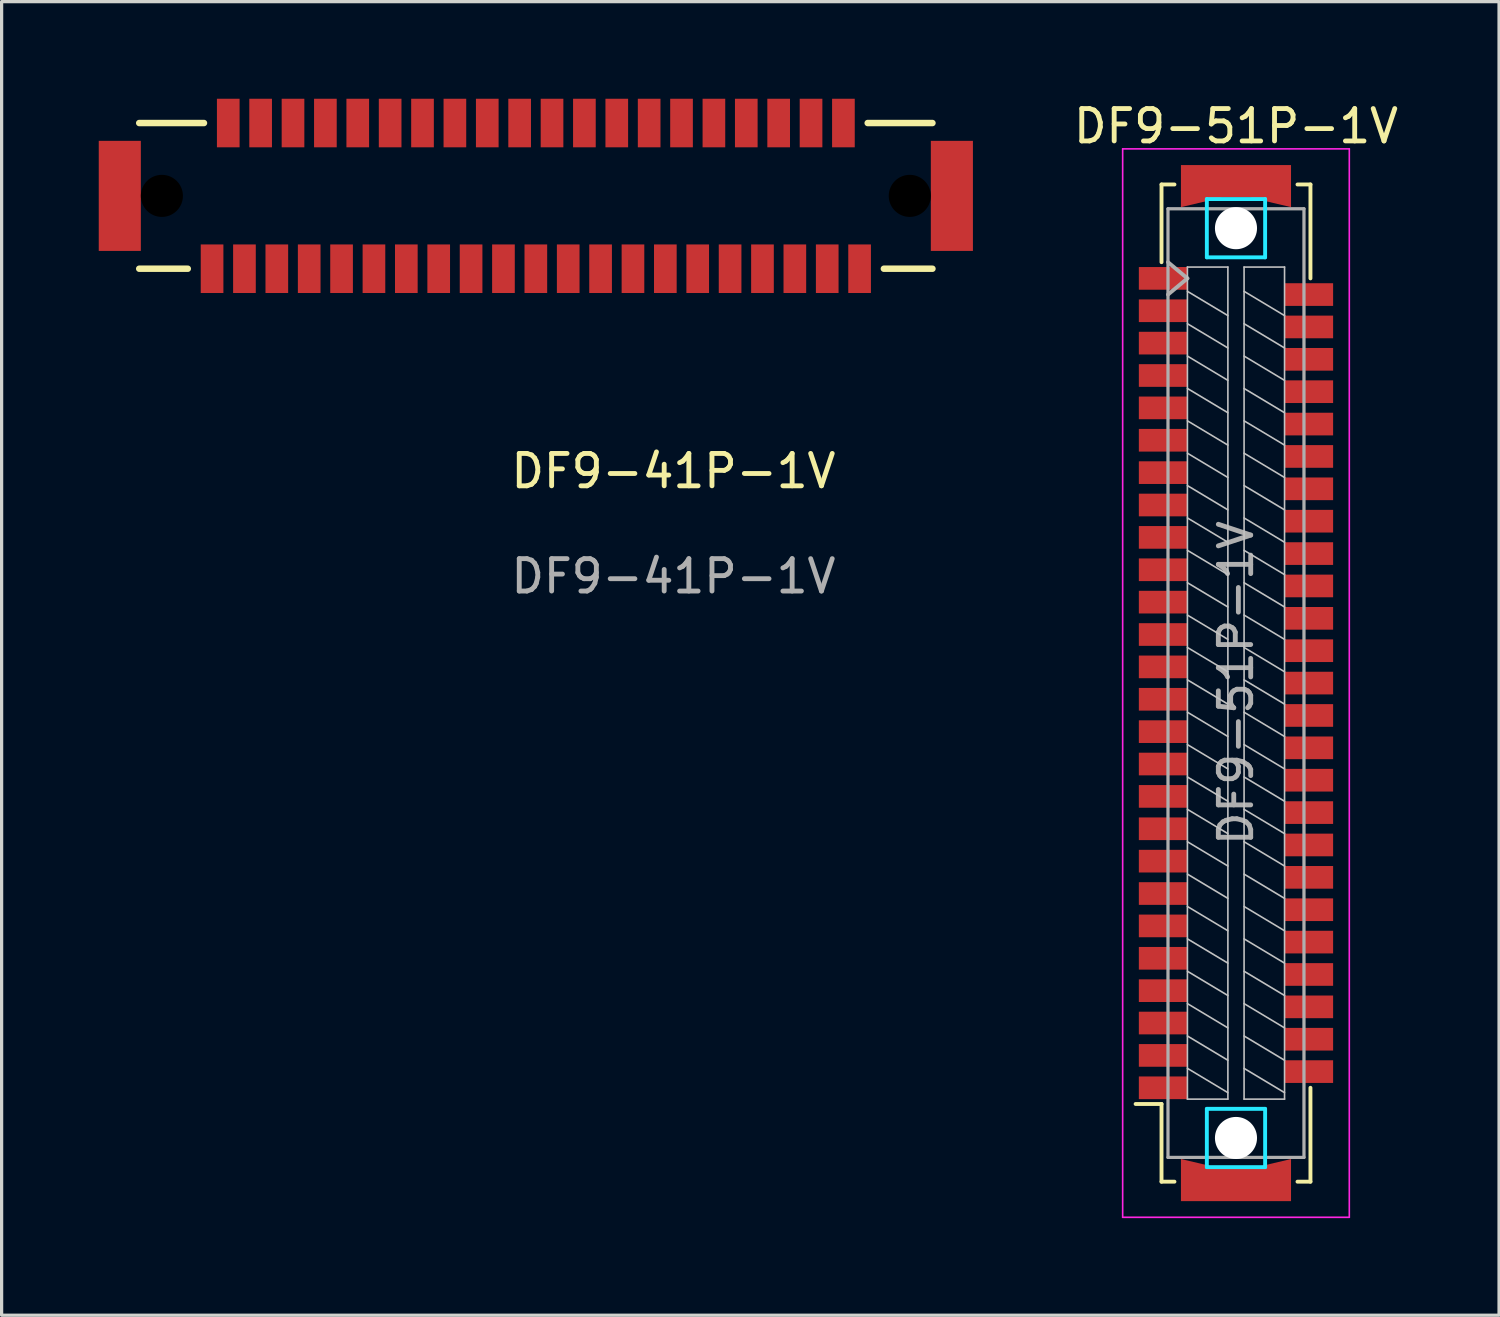
<source format=kicad_pcb>
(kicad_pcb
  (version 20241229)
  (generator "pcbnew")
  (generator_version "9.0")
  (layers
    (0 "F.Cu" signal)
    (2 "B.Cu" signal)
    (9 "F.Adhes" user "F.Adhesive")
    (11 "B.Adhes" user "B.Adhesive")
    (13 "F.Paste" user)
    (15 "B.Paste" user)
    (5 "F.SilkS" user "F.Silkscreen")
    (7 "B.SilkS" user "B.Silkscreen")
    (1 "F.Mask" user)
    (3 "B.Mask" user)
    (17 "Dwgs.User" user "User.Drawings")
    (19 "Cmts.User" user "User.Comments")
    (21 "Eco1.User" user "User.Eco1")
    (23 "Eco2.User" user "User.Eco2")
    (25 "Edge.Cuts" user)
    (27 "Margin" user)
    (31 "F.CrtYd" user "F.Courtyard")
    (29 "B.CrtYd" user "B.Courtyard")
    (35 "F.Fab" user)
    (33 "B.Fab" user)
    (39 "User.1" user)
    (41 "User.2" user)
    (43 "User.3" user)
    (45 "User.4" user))
  (footprint "DF9-51P-1V"
    (layer "F.Cu")
    (at 35.125 18.048)
    (property "Reference" "DF9-51P-1V" (at 0 -17.2 0) (layer "F.SilkS") (effects (font (size 1 1) (thickness 0.15))))
    (attr smd)
    (fp_line (start -3.1 13) (end -2.3 13) (stroke (width 0.12) (type solid)) (layer "F.SilkS"))
    (fp_line (start -2.3 -15.4) (end -1.9 -15.4) (stroke (width 0.12) (type solid)) (layer "F.SilkS"))
    (fp_line (start -2.3 -13) (end -2.3 -15.4) (stroke (width 0.12) (type solid)) (layer "F.SilkS"))
    (fp_line (start -2.3 13) (end -2.3 15.4) (stroke (width 0.12) (type solid)) (layer "F.SilkS"))
    (fp_line (start -2.3 15.4) (end -1.9 15.4) (stroke (width 0.12) (type solid)) (layer "F.SilkS"))
    (fp_line (start 2.3 -15.4) (end 1.9 -15.4) (stroke (width 0.12) (type solid)) (layer "F.SilkS"))
    (fp_line (start 2.3 -12.5) (end 2.3 -15.4) (stroke (width 0.12) (type solid)) (layer "F.SilkS"))
    (fp_line (start 2.3 12.5) (end 2.3 15.4) (stroke (width 0.12) (type solid)) (layer "F.SilkS"))
    (fp_line (start 2.3 15.4) (end 1.9 15.4) (stroke (width 0.12) (type solid)) (layer "F.SilkS"))
    (fp_line (start -1.5 -12.85) (end -0.25 -12.85) (stroke (width 0.05) (type solid)) (layer "Dwgs.User"))
    (fp_line (start -1.5 12.85) (end -1.5 -12.85) (stroke (width 0.05) (type solid)) (layer "Dwgs.User"))
    (fp_line (start -0.25 -12.85) (end -0.25 12.85) (stroke (width 0.05) (type solid)) (layer "Dwgs.User"))
    (fp_line (start -0.25 -11.35) (end -1.5 -12.1) (stroke (width 0.05) (type solid)) (layer "Dwgs.User"))
    (fp_line (start -0.25 -10.35) (end -1.5 -11.1) (stroke (width 0.05) (type solid)) (layer "Dwgs.User"))
    (fp_line (start -0.25 -9.35) (end -1.5 -10.1) (stroke (width 0.05) (type solid)) (layer "Dwgs.User"))
    (fp_line (start -0.25 -8.35) (end -1.5 -9.1) (stroke (width 0.05) (type solid)) (layer "Dwgs.User"))
    (fp_line (start -0.25 -7.35) (end -1.5 -8.1) (stroke (width 0.05) (type solid)) (layer "Dwgs.User"))
    (fp_line (start -0.25 -6.35) (end -1.5 -7.1) (stroke (width 0.05) (type solid)) (layer "Dwgs.User"))
    (fp_line (start -0.25 -5.35) (end -1.5 -6.1) (stroke (width 0.05) (type solid)) (layer "Dwgs.User"))
    (fp_line (start -0.25 -4.35) (end -1.5 -5.1) (stroke (width 0.05) (type solid)) (layer "Dwgs.User"))
    (fp_line (start -0.25 -3.35) (end -1.5 -4.1) (stroke (width 0.05) (type solid)) (layer "Dwgs.User"))
    (fp_line (start -0.25 -2.35) (end -1.5 -3.1) (stroke (width 0.05) (type solid)) (layer "Dwgs.User"))
    (fp_line (start -0.25 -1.35) (end -1.5 -2.1) (stroke (width 0.05) (type solid)) (layer "Dwgs.User"))
    (fp_line (start -0.25 -0.35) (end -1.5 -1.1) (stroke (width 0.05) (type solid)) (layer "Dwgs.User"))
    (fp_line (start -0.25 0.65) (end -1.5 -0.1) (stroke (width 0.05) (type solid)) (layer "Dwgs.User"))
    (fp_line (start -0.25 1.65) (end -1.5 0.9) (stroke (width 0.05) (type solid)) (layer "Dwgs.User"))
    (fp_line (start -0.25 2.65) (end -1.5 1.9) (stroke (width 0.05) (type solid)) (layer "Dwgs.User"))
    (fp_line (start -0.25 3.65) (end -1.5 2.9) (stroke (width 0.05) (type solid)) (layer "Dwgs.User"))
    (fp_line (start -0.25 4.65) (end -1.5 3.9) (stroke (width 0.05) (type solid)) (layer "Dwgs.User"))
    (fp_line (start -0.25 5.65) (end -1.5 4.9) (stroke (width 0.05) (type solid)) (layer "Dwgs.User"))
    (fp_line (start -0.25 6.65) (end -1.5 5.9) (stroke (width 0.05) (type solid)) (layer "Dwgs.User"))
    (fp_line (start -0.25 7.65) (end -1.5 6.9) (stroke (width 0.05) (type solid)) (layer "Dwgs.User"))
    (fp_line (start -0.25 8.65) (end -1.5 7.9) (stroke (width 0.05) (type solid)) (layer "Dwgs.User"))
    (fp_line (start -0.25 9.65) (end -1.5 8.9) (stroke (width 0.05) (type solid)) (layer "Dwgs.User"))
    (fp_line (start -0.25 10.65) (end -1.5 9.9) (stroke (width 0.05) (type solid)) (layer "Dwgs.User"))
    (fp_line (start -0.25 11.65) (end -1.5 10.9) (stroke (width 0.05) (type solid)) (layer "Dwgs.User"))
    (fp_line (start -0.25 12.65) (end -1.5 11.9) (stroke (width 0.05) (type solid)) (layer "Dwgs.User"))
    (fp_line (start -0.25 12.85) (end -1.5 12.85) (stroke (width 0.05) (type solid)) (layer "Dwgs.User"))
    (fp_line (start 0.25 -12.85) (end 1.5 -12.85) (stroke (width 0.05) (type solid)) (layer "Dwgs.User"))
    (fp_line (start 0.25 12.85) (end 0.25 -12.85) (stroke (width 0.05) (type solid)) (layer "Dwgs.User"))
    (fp_line (start 1.5 -12.85) (end 1.5 12.85) (stroke (width 0.05) (type solid)) (layer "Dwgs.User"))
    (fp_line (start 1.5 -11.35) (end 0.25 -12.1) (stroke (width 0.05) (type solid)) (layer "Dwgs.User"))
    (fp_line (start 1.5 -10.35) (end 0.25 -11.1) (stroke (width 0.05) (type solid)) (layer "Dwgs.User"))
    (fp_line (start 1.5 -9.35) (end 0.25 -10.1) (stroke (width 0.05) (type solid)) (layer "Dwgs.User"))
    (fp_line (start 1.5 -8.35) (end 0.25 -9.1) (stroke (width 0.05) (type solid)) (layer "Dwgs.User"))
    (fp_line (start 1.5 -7.35) (end 0.25 -8.1) (stroke (width 0.05) (type solid)) (layer "Dwgs.User"))
    (fp_line (start 1.5 -6.35) (end 0.25 -7.1) (stroke (width 0.05) (type solid)) (layer "Dwgs.User"))
    (fp_line (start 1.5 -5.35) (end 0.25 -6.1) (stroke (width 0.05) (type solid)) (layer "Dwgs.User"))
    (fp_line (start 1.5 -4.35) (end 0.25 -5.1) (stroke (width 0.05) (type solid)) (layer "Dwgs.User"))
    (fp_line (start 1.5 -3.35) (end 0.25 -4.1) (stroke (width 0.05) (type solid)) (layer "Dwgs.User"))
    (fp_line (start 1.5 -2.35) (end 0.25 -3.1) (stroke (width 0.05) (type solid)) (layer "Dwgs.User"))
    (fp_line (start 1.5 -1.35) (end 0.25 -2.1) (stroke (width 0.05) (type solid)) (layer "Dwgs.User"))
    (fp_line (start 1.5 -0.35) (end 0.25 -1.1) (stroke (width 0.05) (type solid)) (layer "Dwgs.User"))
    (fp_line (start 1.5 0.65) (end 0.25 -0.1) (stroke (width 0.05) (type solid)) (layer "Dwgs.User"))
    (fp_line (start 1.5 1.65) (end 0.25 0.9) (stroke (width 0.05) (type solid)) (layer "Dwgs.User"))
    (fp_line (start 1.5 2.65) (end 0.25 1.9) (stroke (width 0.05) (type solid)) (layer "Dwgs.User"))
    (fp_line (start 1.5 3.65) (end 0.25 2.9) (stroke (width 0.05) (type solid)) (layer "Dwgs.User"))
    (fp_line (start 1.5 4.65) (end 0.25 3.9) (stroke (width 0.05) (type solid)) (layer "Dwgs.User"))
    (fp_line (start 1.5 5.65) (end 0.25 4.9) (stroke (width 0.05) (type solid)) (layer "Dwgs.User"))
    (fp_line (start 1.5 6.65) (end 0.25 5.9) (stroke (width 0.05) (type solid)) (layer "Dwgs.User"))
    (fp_line (start 1.5 7.65) (end 0.25 6.9) (stroke (width 0.05) (type solid)) (layer "Dwgs.User"))
    (fp_line (start 1.5 8.65) (end 0.25 7.9) (stroke (width 0.05) (type solid)) (layer "Dwgs.User"))
    (fp_line (start 1.5 9.65) (end 0.25 8.9) (stroke (width 0.05) (type solid)) (layer "Dwgs.User"))
    (fp_line (start 1.5 10.65) (end 0.25 9.9) (stroke (width 0.05) (type solid)) (layer "Dwgs.User"))
    (fp_line (start 1.5 11.65) (end 0.25 10.9) (stroke (width 0.05) (type solid)) (layer "Dwgs.User"))
    (fp_line (start 1.5 12.65) (end 0.25 11.9) (stroke (width 0.05) (type solid)) (layer "Dwgs.User"))
    (fp_line (start 1.5 12.85) (end 0.25 12.85) (stroke (width 0.05) (type solid)) (layer "Dwgs.User"))
    (fp_line (start -0.9 -14.95) (end 0.9 -14.95) (stroke (width 0.12) (type solid)) (layer "B.CrtYd"))
    (fp_line (start -0.9 -13.15) (end -0.9 -14.95) (stroke (width 0.12) (type solid)) (layer "B.CrtYd"))
    (fp_line (start -0.9 13.15) (end 0.9 13.15) (stroke (width 0.12) (type solid)) (layer "B.CrtYd"))
    (fp_line (start -0.9 14.95) (end -0.9 13.15) (stroke (width 0.12) (type solid)) (layer "B.CrtYd"))
    (fp_line (start 0.9 -14.95) (end 0.9 -13.15) (stroke (width 0.12) (type solid)) (layer "B.CrtYd"))
    (fp_line (start 0.9 -13.15) (end -0.9 -13.15) (stroke (width 0.12) (type solid)) (layer "B.CrtYd"))
    (fp_line (start 0.9 13.15) (end 0.9 14.95) (stroke (width 0.12) (type solid)) (layer "B.CrtYd"))
    (fp_line (start 0.9 14.95) (end -0.9 14.95) (stroke (width 0.12) (type solid)) (layer "B.CrtYd"))
    (fp_line (start -3.5 -16.5) (end 3.5 -16.5) (stroke (width 0.05) (type solid)) (layer "F.CrtYd"))
    (fp_line (start -3.5 16.5) (end -3.5 -16.5) (stroke (width 0.05) (type solid)) (layer "F.CrtYd"))
    (fp_line (start 3.5 -16.5) (end 3.5 16.5) (stroke (width 0.05) (type solid)) (layer "F.CrtYd"))
    (fp_line (start 3.5 16.5) (end -3.5 16.5) (stroke (width 0.05) (type solid)) (layer "F.CrtYd"))
    (fp_line (start -2.1 -14.65) (end 2.1 -14.65) (stroke (width 0.1) (type solid)) (layer "F.Fab"))
    (fp_line (start -2.1 -13) (end -1.5 -12.5) (stroke (width 0.12) (type solid)) (layer "F.Fab"))
    (fp_line (start -2.1 14.65) (end -2.1 -14.65) (stroke (width 0.1) (type solid)) (layer "F.Fab"))
    (fp_line (start -1.5 -12.5) (end -2.1 -12) (stroke (width 0.12) (type solid)) (layer "F.Fab"))
    (fp_line (start 2.1 -14.65) (end 2.1 14.65) (stroke (width 0.1) (type solid)) (layer "F.Fab"))
    (fp_line (start 2.1 14.65) (end -2.1 14.65) (stroke (width 0.1) (type solid)) (layer "F.Fab"))
    (fp_text user "${REFERENCE}" (at 0 0 270) (layer "F.Fab") (effects (font (size 1 1) (thickness 0.15))))
    (pad "" np_thru_hole circle (at 0 -14.05 270) (size 1.3 1.3) (drill 1.3) (layers "*.Cu" "*.Mask"))
    (pad "" np_thru_hole circle (at 0 14.05 270) (size 1.3 1.3) (drill 1.3) (layers "*.Cu" "*.Mask"))
    (pad "1" smd rect (at -2.25 12.5 270) (size 0.7 1.5) (layers "F.Cu" "F.Mask" "F.Paste"))
    (pad "2" smd rect (at 2.25 12 270) (size 0.7 1.5) (layers "F.Cu" "F.Mask" "F.Paste"))
    (pad "3" smd rect (at -2.25 11.5 270) (size 0.7 1.5) (layers "F.Cu" "F.Mask" "F.Paste"))
    (pad "4" smd rect (at 2.25 11 270) (size 0.7 1.5) (layers "F.Cu" "F.Mask" "F.Paste"))
    (pad "5" smd rect (at -2.25 10.5 270) (size 0.7 1.5) (layers "F.Cu" "F.Mask" "F.Paste"))
    (pad "6" smd rect (at 2.25 10 270) (size 0.7 1.5) (layers "F.Cu" "F.Mask" "F.Paste"))
    (pad "7" smd rect (at -2.25 9.5 270) (size 0.7 1.5) (layers "F.Cu" "F.Mask" "F.Paste"))
    (pad "8" smd rect (at 2.25 9 270) (size 0.7 1.5) (layers "F.Cu" "F.Mask" "F.Paste"))
    (pad "9" smd rect (at -2.25 8.5 270) (size 0.7 1.5) (layers "F.Cu" "F.Mask" "F.Paste"))
    (pad "10" smd rect (at 2.25 8 270) (size 0.7 1.5) (layers "F.Cu" "F.Mask" "F.Paste"))
    (pad "11" smd rect (at -2.25 7.5 270) (size 0.7 1.5) (layers "F.Cu" "F.Mask" "F.Paste"))
    (pad "12" smd rect (at 2.25 7 270) (size 0.7 1.5) (layers "F.Cu" "F.Mask" "F.Paste"))
    (pad "13" smd rect (at -2.25 6.5 270) (size 0.7 1.5) (layers "F.Cu" "F.Mask" "F.Paste"))
    (pad "14" smd rect (at 2.25 6 270) (size 0.7 1.5) (layers "F.Cu" "F.Mask" "F.Paste"))
    (pad "15" smd rect (at -2.25 5.5 270) (size 0.7 1.5) (layers "F.Cu" "F.Mask" "F.Paste"))
    (pad "16" smd rect (at 2.25 5 270) (size 0.7 1.5) (layers "F.Cu" "F.Mask" "F.Paste"))
    (pad "17" smd rect (at -2.25 4.5 270) (size 0.7 1.5) (layers "F.Cu" "F.Mask" "F.Paste"))
    (pad "18" smd rect (at 2.25 4 270) (size 0.7 1.5) (layers "F.Cu" "F.Mask" "F.Paste"))
    (pad "19" smd rect (at -2.25 3.5 270) (size 0.7 1.5) (layers "F.Cu" "F.Mask" "F.Paste"))
    (pad "20" smd rect (at 2.25 3 270) (size 0.7 1.5) (layers "F.Cu" "F.Mask" "F.Paste"))
    (pad "21" smd rect (at -2.25 2.5 270) (size 0.7 1.5) (layers "F.Cu" "F.Mask" "F.Paste"))
    (pad "22" smd rect (at 2.25 2 270) (size 0.7 1.5) (layers "F.Cu" "F.Mask" "F.Paste"))
    (pad "23" smd rect (at -2.25 1.5 270) (size 0.7 1.5) (layers "F.Cu" "F.Mask" "F.Paste"))
    (pad "24" smd rect (at 2.25 1 270) (size 0.7 1.5) (layers "F.Cu" "F.Mask" "F.Paste"))
    (pad "25" smd rect (at -2.25 0.5 270) (size 0.7 1.5) (layers "F.Cu" "F.Mask" "F.Paste"))
    (pad "26" smd rect (at 2.25 0 270) (size 0.7 1.5) (layers "F.Cu" "F.Mask" "F.Paste"))
    (pad "27" smd rect (at -2.25 -0.5 270) (size 0.7 1.5) (layers "F.Cu" "F.Mask" "F.Paste"))
    (pad "28" smd rect (at 2.25 -1 270) (size 0.7 1.5) (layers "F.Cu" "F.Mask" "F.Paste"))
    (pad "29" smd rect (at -2.25 -1.5 270) (size 0.7 1.5) (layers "F.Cu" "F.Mask" "F.Paste"))
    (pad "30" smd rect (at 2.25 -2 270) (size 0.7 1.5) (layers "F.Cu" "F.Mask" "F.Paste"))
    (pad "31" smd rect (at -2.25 -2.5 270) (size 0.7 1.5) (layers "F.Cu" "F.Mask" "F.Paste"))
    (pad "32" smd rect (at 2.25 -3 270) (size 0.7 1.5) (layers "F.Cu" "F.Mask" "F.Paste"))
    (pad "33" smd rect (at -2.25 -3.5 270) (size 0.7 1.5) (layers "F.Cu" "F.Mask" "F.Paste"))
    (pad "34" smd rect (at 2.25 -4 270) (size 0.7 1.5) (layers "F.Cu" "F.Mask" "F.Paste"))
    (pad "35" smd rect (at -2.25 -4.5 270) (size 0.7 1.5) (layers "F.Cu" "F.Mask" "F.Paste"))
    (pad "36" smd rect (at 2.25 -5 270) (size 0.7 1.5) (layers "F.Cu" "F.Mask" "F.Paste"))
    (pad "37" smd rect (at -2.25 -5.5 270) (size 0.7 1.5) (layers "F.Cu" "F.Mask" "F.Paste"))
    (pad "38" smd rect (at 2.25 -6 270) (size 0.7 1.5) (layers "F.Cu" "F.Mask" "F.Paste"))
    (pad "39" smd rect (at -2.25 -6.5 270) (size 0.7 1.5) (layers "F.Cu" "F.Mask" "F.Paste"))
    (pad "40" smd rect (at 2.25 -7 270) (size 0.7 1.5) (layers "F.Cu" "F.Mask" "F.Paste"))
    (pad "41" smd rect (at -2.25 -7.5 270) (size 0.7 1.5) (layers "F.Cu" "F.Mask" "F.Paste"))
    (pad "42" smd rect (at 2.25 -8 270) (size 0.7 1.5) (layers "F.Cu" "F.Mask" "F.Paste"))
    (pad "43" smd rect (at -2.25 -8.5 270) (size 0.7 1.5) (layers "F.Cu" "F.Mask" "F.Paste"))
    (pad "44" smd rect (at 2.25 -9 270) (size 0.7 1.5) (layers "F.Cu" "F.Mask" "F.Paste"))
    (pad "45" smd rect (at -2.25 -9.5 270) (size 0.7 1.5) (layers "F.Cu" "F.Mask" "F.Paste"))
    (pad "46" smd rect (at 2.25 -10 270) (size 0.7 1.5) (layers "F.Cu" "F.Mask" "F.Paste"))
    (pad "47" smd rect (at -2.25 -10.5 270) (size 0.7 1.5) (layers "F.Cu" "F.Mask" "F.Paste"))
    (pad "48" smd rect (at 2.25 -11 270) (size 0.7 1.5) (layers "F.Cu" "F.Mask" "F.Paste"))
    (pad "49" smd rect (at -2.25 -11.5 270) (size 0.7 1.5) (layers "F.Cu" "F.Mask" "F.Paste"))
    (pad "50" smd rect (at 2.25 -12 270) (size 0.7 1.5) (layers "F.Cu" "F.Mask" "F.Paste"))
    (pad "51" smd rect (at -2.25 -12.5 270) (size 0.7 1.5) (layers "F.Cu" "F.Mask" "F.Paste"))
    (pad "MP" smd custom (at 0 -15.5) (size 1 1) (layers "F.Cu" "F.Mask" "F.Paste") (options (anchor rect)) (primitives (gr_poly (pts (xy 1.7 0.8) (xy 0 0.4) (xy -1.7 0.8) (xy -1.7 -0.5) (xy 1.7 -0.5)) (width 0) (fill yes))))
    (pad "MP" smd custom (at 0 15.5 180) (size 1 1) (layers "F.Cu" "F.Mask" "F.Paste") (options (anchor rect)) (primitives (gr_poly (pts (xy 1.7 0.8) (xy 0 0.4) (xy -1.7 0.8) (xy -1.7 -0.5) (xy 1.7 -0.5)) (width 0) (fill yes)))))
  (footprint "DF9-41P-1V"
    (layer "F.Cu")
    (at 13.5 3)
    (property "Reference" "DF9-41P-1V" (at 4.25 8.5 0) (unlocked yes) (layer "F.SilkS") (effects (font (size 1 1) (thickness 0.15))))
    (attr smd)
    (fp_line (start -12.25 2.25) (end -10.75 2.25) (stroke (width 0.2) (type solid)) (layer "F.SilkS"))
    (fp_line (start -10.25 -2.25) (end -12.25 -2.25) (stroke (width 0.2) (type solid)) (layer "F.SilkS"))
    (fp_line (start 10.25 -2.25) (end 12.25 -2.25) (stroke (width 0.2) (type solid)) (layer "F.SilkS"))
    (fp_line (start 12.25 2.25) (end 10.75 2.25) (stroke (width 0.2) (type solid)) (layer "F.SilkS"))
    (fp_text user "${REFERENCE}" (at 4.25 11.75 0) (unlocked yes) (layer "F.Fab") (effects (font (size 1 1) (thickness 0.15))))
    (pad "" np_thru_hole circle (at -11.55 0) (size 1.3 1.3) (drill 1.3) (layers "*.Mask"))
    (pad "" np_thru_hole circle (at 11.55 0) (size 1.3 1.3) (drill 1.3) (layers "*.Mask"))
    (pad "1" smd rect (at -10 2.25) (size 0.7 1.5) (layers "F.Cu" "F.Mask" "F.Paste"))
    (pad "2" smd rect (at -9.5 -2.25) (size 0.7 1.5) (layers "F.Cu" "F.Mask" "F.Paste"))
    (pad "3" smd rect (at -9 2.25) (size 0.7 1.5) (layers "F.Cu" "F.Mask" "F.Paste"))
    (pad "4" smd rect (at -8.5 -2.25) (size 0.7 1.5) (layers "F.Cu" "F.Mask" "F.Paste"))
    (pad "5" smd rect (at -8 2.25) (size 0.7 1.5) (layers "F.Cu" "F.Mask" "F.Paste"))
    (pad "6" smd rect (at -7.5 -2.25) (size 0.7 1.5) (layers "F.Cu" "F.Mask" "F.Paste"))
    (pad "7" smd rect (at -7 2.25) (size 0.7 1.5) (layers "F.Cu" "F.Mask" "F.Paste"))
    (pad "8" smd rect (at -6.5 -2.25) (size 0.7 1.5) (layers "F.Cu" "F.Mask" "F.Paste"))
    (pad "9" smd rect (at -6 2.25) (size 0.7 1.5) (layers "F.Cu" "F.Mask" "F.Paste"))
    (pad "10" smd rect (at -5.5 -2.25) (size 0.7 1.5) (layers "F.Cu" "F.Mask" "F.Paste"))
    (pad "11" smd rect (at -5 2.25) (size 0.7 1.5) (layers "F.Cu" "F.Mask" "F.Paste"))
    (pad "12" smd rect (at -4.5 -2.25) (size 0.7 1.5) (layers "F.Cu" "F.Mask" "F.Paste"))
    (pad "13" smd rect (at -4 2.25) (size 0.7 1.5) (layers "F.Cu" "F.Mask" "F.Paste"))
    (pad "14" smd rect (at -3.5 -2.25) (size 0.7 1.5) (layers "F.Cu" "F.Mask" "F.Paste"))
    (pad "15" smd rect (at -3 2.25) (size 0.7 1.5) (layers "F.Cu" "F.Mask" "F.Paste"))
    (pad "16" smd rect (at -2.5 -2.25) (size 0.7 1.5) (layers "F.Cu" "F.Mask" "F.Paste"))
    (pad "17" smd rect (at -2 2.25) (size 0.7 1.5) (layers "F.Cu" "F.Mask" "F.Paste"))
    (pad "18" smd rect (at -1.5 -2.25) (size 0.7 1.5) (layers "F.Cu" "F.Mask" "F.Paste"))
    (pad "19" smd rect (at -1 2.25) (size 0.7 1.5) (layers "F.Cu" "F.Mask" "F.Paste"))
    (pad "20" smd rect (at -0.5 -2.25) (size 0.7 1.5) (layers "F.Cu" "F.Mask" "F.Paste"))
    (pad "21" smd rect (at 0 2.25) (size 0.7 1.5) (layers "F.Cu" "F.Mask" "F.Paste"))
    (pad "22" smd rect (at 0.5 -2.25) (size 0.7 1.5) (layers "F.Cu" "F.Mask" "F.Paste"))
    (pad "23" smd rect (at 1 2.25) (size 0.7 1.5) (layers "F.Cu" "F.Mask" "F.Paste"))
    (pad "24" smd rect (at 1.5 -2.25) (size 0.7 1.5) (layers "F.Cu" "F.Mask" "F.Paste"))
    (pad "25" smd rect (at 2 2.25) (size 0.7 1.5) (layers "F.Cu" "F.Mask" "F.Paste"))
    (pad "26" smd rect (at 2.5 -2.25) (size 0.7 1.5) (layers "F.Cu" "F.Mask" "F.Paste"))
    (pad "27" smd rect (at 3 2.25) (size 0.7 1.5) (layers "F.Cu" "F.Mask" "F.Paste"))
    (pad "28" smd rect (at 3.5 -2.25) (size 0.7 1.5) (layers "F.Cu" "F.Mask" "F.Paste"))
    (pad "29" smd rect (at 4 2.25) (size 0.7 1.5) (layers "F.Cu" "F.Mask" "F.Paste"))
    (pad "30" smd rect (at 4.5 -2.25) (size 0.7 1.5) (layers "F.Cu" "F.Mask" "F.Paste"))
    (pad "31" smd rect (at 5 2.25) (size 0.7 1.5) (layers "F.Cu" "F.Mask" "F.Paste"))
    (pad "32" smd rect (at 5.5 -2.25) (size 0.7 1.5) (layers "F.Cu" "F.Mask" "F.Paste"))
    (pad "33" smd rect (at 6 2.25) (size 0.7 1.5) (layers "F.Cu" "F.Mask" "F.Paste"))
    (pad "34" smd rect (at 6.5 -2.25) (size 0.7 1.5) (layers "F.Cu" "F.Mask" "F.Paste"))
    (pad "35" smd rect (at 7 2.25) (size 0.7 1.5) (layers "F.Cu" "F.Mask" "F.Paste"))
    (pad "36" smd rect (at 7.5 -2.25) (size 0.7 1.5) (layers "F.Cu" "F.Mask" "F.Paste"))
    (pad "37" smd rect (at 8 2.25) (size 0.7 1.5) (layers "F.Cu" "F.Mask" "F.Paste"))
    (pad "38" smd rect (at 8.5 -2.25) (size 0.7 1.5) (layers "F.Cu" "F.Mask" "F.Paste"))
    (pad "39" smd rect (at 9 2.25) (size 0.7 1.5) (layers "F.Cu" "F.Mask" "F.Paste"))
    (pad "40" smd rect (at 9.5 -2.25) (size 0.7 1.5) (layers "F.Cu" "F.Mask" "F.Paste"))
    (pad "41" smd rect (at 10 2.25) (size 0.7 1.5) (layers "F.Cu" "F.Mask" "F.Paste"))
    (pad "M1" smd rect (at -12.85 0) (size 1.3 3.4) (layers "F.Cu" "F.Mask" "F.Paste"))
    (pad "M2" smd rect (at 12.85 0) (size 1.3 3.4) (layers "F.Cu" "F.Mask" "F.Paste"))
    (zone (net_name "") (layer "F.Cu") (hatch edge 0.508) (connect_pads) (min_thickness 0.254) (filled_areas_thickness no) (keepout (tracks not_allowed) (vias not_allowed) (pads not_allowed) (copperpour not_allowed) (footprints not_allowed)) (placement (enabled no)) (fill) (polygon (pts (xy 23.5 2.75) (xy 3.5 2.75) (xy 3.5 1.5) (xy 23.5 1.5))))
    (zone (net_name "") (layer "F.Cu") (hatch edge 0.508) (connect_pads) (min_thickness 0.254) (filled_areas_thickness no) (keepout (tracks not_allowed) (vias not_allowed) (pads not_allowed) (copperpour not_allowed) (footprints not_allowed)) (placement (enabled no)) (fill) (polygon (pts (xy 24 4.5) (xy 3 4.5) (xy 3 3.25) (xy 24 3.25)))))
  (gr_rect
    (start -3 -3)
    (end 43.25 37.573)
    (stroke (width 0.1) (type default))
    (fill no)
    (layer "Edge.Cuts")))
</source>
